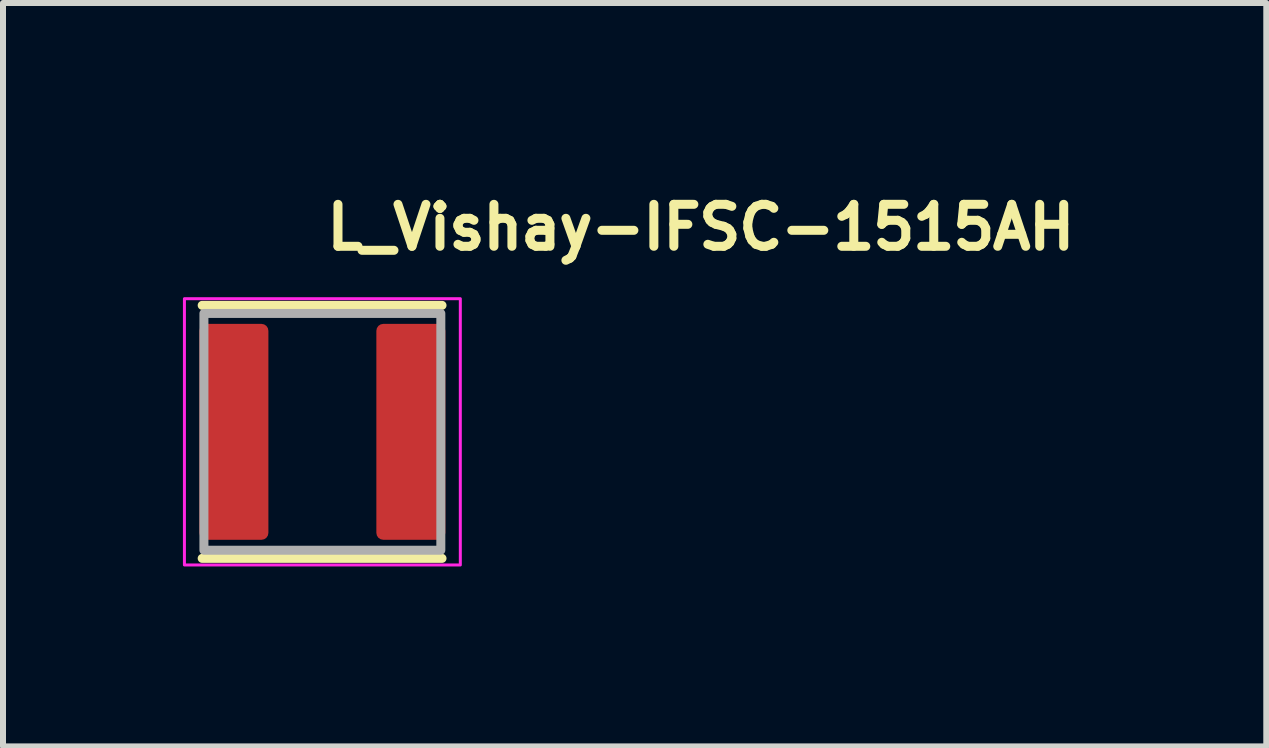
<source format=kicad_pcb>
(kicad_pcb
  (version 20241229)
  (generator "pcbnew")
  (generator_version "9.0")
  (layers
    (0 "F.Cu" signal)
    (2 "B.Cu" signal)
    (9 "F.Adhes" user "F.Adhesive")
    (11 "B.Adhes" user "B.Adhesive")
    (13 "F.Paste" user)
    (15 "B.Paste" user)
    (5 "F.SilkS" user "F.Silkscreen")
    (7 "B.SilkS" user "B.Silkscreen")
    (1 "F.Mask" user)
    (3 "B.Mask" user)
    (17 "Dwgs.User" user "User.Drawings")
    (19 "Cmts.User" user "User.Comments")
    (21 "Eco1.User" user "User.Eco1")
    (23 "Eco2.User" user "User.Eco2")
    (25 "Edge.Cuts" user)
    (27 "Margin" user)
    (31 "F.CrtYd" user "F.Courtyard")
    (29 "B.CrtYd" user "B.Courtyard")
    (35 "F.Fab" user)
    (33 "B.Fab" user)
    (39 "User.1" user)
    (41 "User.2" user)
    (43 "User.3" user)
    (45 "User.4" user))
  (footprint "L_Vishay-IFSC-1515AH"
    (layer "F.Cu")
    (at 2.325 4.15)
    (property "Reference" "L_Vishay-IFSC-1515AH" (at -0.005 -3 0) (layer "F.SilkS") (effects (font (size 0.7 0.7) (thickness 0.15)) (justify left bottom)))
    (attr smd)
    (fp_line (start -2.004 -2.109) (end 1.995 -2.109) (stroke (width 0.15) (type solid)) (layer "F.SilkS"))
    (fp_line (start 1.995 2.11) (end -2.004 2.11) (stroke (width 0.15) (type solid)) (layer "F.SilkS"))
    (fp_rect (start -2.3 -2.22) (end 2.3 2.22) (stroke (width 0.05) (type solid)) (fill no) (layer "F.CrtYd"))
    (fp_rect (start -1.975 -1.974) (end 1.975 1.974) (stroke (width 0.15) (type solid)) (fill no) (layer "F.Fab"))
    (fp_rect (start -1.975 -1.974) (end 1.975 1.974) (stroke (width 0.1) (type solid)) (fill no) (layer "User.5"))
    (fp_line (start -1.975 -1.974) (end -1.975 -1.115) (stroke (width 0.02) (type solid)) (layer "User.9"))
    (fp_line (start -1.975 -1.115) (end -1.975 1.115) (stroke (width 0.02) (type solid)) (layer "User.9"))
    (fp_line (start -1.975 1.115) (end -1.975 1.974) (stroke (width 0.02) (type solid)) (layer "User.9"))
    (fp_line (start -1.975 1.115) (end -1.114 1.974) (stroke (width 0.02) (type solid)) (layer "User.9"))
    (fp_line (start -1.975 1.974) (end -1.669 1.974) (stroke (width 0.02) (type solid)) (layer "User.9"))
    (fp_line (start -1.669 -1.974) (end -1.975 -1.974) (stroke (width 0.02) (type solid)) (layer "User.9"))
    (fp_line (start -1.669 1.974) (end -1.489 1.875) (stroke (width 0.02) (type solid)) (layer "User.9"))
    (fp_line (start -1.489 -1.875) (end -1.669 -1.974) (stroke (width 0.02) (type solid)) (layer "User.9"))
    (fp_line (start -1.489 1.875) (end -1.449 1.875) (stroke (width 0.02) (type solid)) (layer "User.9"))
    (fp_line (start -1.449 1.875) (end -1.449 1.875) (stroke (width 0.02) (type solid)) (layer "User.9"))
    (fp_line (start -1.449 1.875) (end -1.448 1.881) (stroke (width 0.02) (type solid)) (layer "User.9"))
    (fp_line (start -1.448 1.86) (end -1.448 1.862) (stroke (width 0.02) (type solid)) (layer "User.9"))
    (fp_line (start -1.448 1.862) (end -1.448 1.863) (stroke (width 0.02) (type solid)) (layer "User.9"))
    (fp_line (start -1.448 1.863) (end -1.448 1.865) (stroke (width 0.02) (type solid)) (layer "User.9"))
    (fp_line (start -1.448 1.865) (end -1.448 1.868) (stroke (width 0.02) (type solid)) (layer "User.9"))
    (fp_line (start -1.448 1.868) (end -1.448 1.868) (stroke (width 0.02) (type solid)) (layer "User.9"))
    (fp_line (start -1.448 1.868) (end -1.448 1.87) (stroke (width 0.02) (type solid)) (layer "User.9"))
    (fp_line (start -1.448 1.87) (end -1.448 1.873) (stroke (width 0.02) (type solid)) (layer "User.9"))
    (fp_line (start -1.448 1.873) (end -1.449 1.875) (stroke (width 0.02) (type solid)) (layer "User.9"))
    (fp_line (start -1.448 1.881) (end -1.448 1.883) (stroke (width 0.02) (type solid)) (layer "User.9"))
    (fp_line (start -1.448 1.883) (end -1.448 1.887) (stroke (width 0.02) (type solid)) (layer "User.9"))
    (fp_line (start -1.448 1.887) (end -1.446 1.891) (stroke (width 0.02) (type solid)) (layer "User.9"))
    (fp_line (start -1.446 1.857) (end -1.446 1.86) (stroke (width 0.02) (type solid)) (layer "User.9"))
    (fp_line (start -1.446 1.86) (end -1.448 1.86) (stroke (width 0.02) (type solid)) (layer "User.9"))
    (fp_line (start -1.446 1.891) (end -1.445 1.893) (stroke (width 0.02) (type solid)) (layer "User.9"))
    (fp_line (start -1.445 1.852) (end -1.445 1.854) (stroke (width 0.02) (type solid)) (layer "User.9"))
    (fp_line (start -1.445 1.854) (end -1.445 1.855) (stroke (width 0.02) (type solid)) (layer "User.9"))
    (fp_line (start -1.445 1.855) (end -1.446 1.857) (stroke (width 0.02) (type solid)) (layer "User.9"))
    (fp_line (start -1.445 1.893) (end -1.443 1.897) (stroke (width 0.02) (type solid)) (layer "User.9"))
    (fp_line (start -1.443 1.849) (end -1.443 1.852) (stroke (width 0.02) (type solid)) (layer "User.9"))
    (fp_line (start -1.443 1.852) (end -1.445 1.852) (stroke (width 0.02) (type solid)) (layer "User.9"))
    (fp_line (start -1.443 1.897) (end -1.44 1.901) (stroke (width 0.02) (type solid)) (layer "User.9"))
    (fp_line (start -1.442 1.849) (end -1.443 1.849) (stroke (width 0.02) (type solid)) (layer "User.9"))
    (fp_line (start -1.44 1.901) (end -1.439 1.905) (stroke (width 0.02) (type solid)) (layer "User.9"))
    (fp_line (start -1.439 1.905) (end -1.437 1.907) (stroke (width 0.02) (type solid)) (layer "User.9"))
    (fp_line (start -1.437 1.907) (end -1.436 1.907) (stroke (width 0.02) (type solid)) (layer "User.9"))
    (fp_line (start -1.436 1.907) (end -1.434 1.907) (stroke (width 0.02) (type solid)) (layer "User.9"))
    (fp_line (start -1.434 1.907) (end -1.432 1.909) (stroke (width 0.02) (type solid)) (layer "User.9"))
    (fp_line (start -1.432 1.909) (end -1.431 1.913) (stroke (width 0.02) (type solid)) (layer "User.9"))
    (fp_line (start -1.431 1.913) (end -1.429 1.913) (stroke (width 0.02) (type solid)) (layer "User.9"))
    (fp_line (start -1.429 1.913) (end -1.428 1.915) (stroke (width 0.02) (type solid)) (layer "User.9"))
    (fp_line (start -1.429 1.913) (end -1.428 1.915) (stroke (width 0.02) (type solid)) (layer "User.9"))
    (fp_line (start -1.428 1.915) (end -1.425 1.915) (stroke (width 0.02) (type solid)) (layer "User.9"))
    (fp_line (start -1.428 1.915) (end -1.425 1.915) (stroke (width 0.02) (type solid)) (layer "User.9"))
    (fp_line (start -1.425 1.915) (end -1.425 1.918) (stroke (width 0.02) (type solid)) (layer "User.9"))
    (fp_line (start -1.425 1.915) (end -1.423 1.918) (stroke (width 0.02) (type solid)) (layer "User.9"))
    (fp_line (start -1.425 1.918) (end -1.422 1.918) (stroke (width 0.02) (type solid)) (layer "User.9"))
    (fp_line (start -1.423 1.918) (end -1.422 1.918) (stroke (width 0.02) (type solid)) (layer "User.9"))
    (fp_line (start -1.422 1.918) (end -1.42 1.92) (stroke (width 0.02) (type solid)) (layer "User.9"))
    (fp_line (start -1.422 1.918) (end -1.419 1.92) (stroke (width 0.02) (type solid)) (layer "User.9"))
    (fp_line (start -1.42 1.92) (end -1.419 1.92) (stroke (width 0.02) (type solid)) (layer "User.9"))
    (fp_line (start -1.419 1.92) (end -1.417 1.921) (stroke (width 0.02) (type solid)) (layer "User.9"))
    (fp_line (start -1.419 1.92) (end -1.416 1.921) (stroke (width 0.02) (type solid)) (layer "User.9"))
    (fp_line (start -1.417 1.921) (end -1.414 1.921) (stroke (width 0.02) (type solid)) (layer "User.9"))
    (fp_line (start -1.416 1.921) (end -1.414 1.921) (stroke (width 0.02) (type solid)) (layer "User.9"))
    (fp_line (start -1.414 1.921) (end -1.413 1.923) (stroke (width 0.02) (type solid)) (layer "User.9"))
    (fp_line (start -1.414 1.921) (end -1.413 1.923) (stroke (width 0.02) (type solid)) (layer "User.9"))
    (fp_line (start -1.413 1.923) (end -1.413 1.923) (stroke (width 0.02) (type solid)) (layer "User.9"))
    (fp_line (start -1.413 1.923) (end -1.411 1.923) (stroke (width 0.02) (type solid)) (layer "User.9"))
    (fp_line (start -1.413 1.923) (end -1.41 1.923) (stroke (width 0.02) (type solid)) (layer "User.9"))
    (fp_line (start -1.411 1.923) (end -1.408 1.923) (stroke (width 0.02) (type solid)) (layer "User.9"))
    (fp_line (start -1.41 1.923) (end -1.408 1.923) (stroke (width 0.02) (type solid)) (layer "User.9"))
    (fp_line (start -1.408 1.923) (end -1.407 1.923) (stroke (width 0.02) (type solid)) (layer "User.9"))
    (fp_line (start -1.408 1.923) (end -1.405 1.923) (stroke (width 0.02) (type solid)) (layer "User.9"))
    (fp_line (start -1.407 1.923) (end -1.405 1.923) (stroke (width 0.02) (type solid)) (layer "User.9"))
    (fp_line (start -1.405 1.923) (end -1.401 1.923) (stroke (width 0.02) (type solid)) (layer "User.9"))
    (fp_line (start -1.405 1.923) (end -1.401 1.923) (stroke (width 0.02) (type solid)) (layer "User.9"))
    (fp_line (start -1.401 1.923) (end -1.399 1.923) (stroke (width 0.02) (type solid)) (layer "User.9"))
    (fp_line (start -1.401 1.923) (end -1.399 1.924) (stroke (width 0.02) (type solid)) (layer "User.9"))
    (fp_line (start -1.399 1.923) (end -1.399 1.924) (stroke (width 0.02) (type solid)) (layer "User.9"))
    (fp_line (start -1.399 1.924) (end -1.399 1.924) (stroke (width 0.02) (type solid)) (layer "User.9"))
    (fp_line (start -1.399 1.924) (end -1.395 1.923) (stroke (width 0.02) (type solid)) (layer "User.9"))
    (fp_line (start -1.399 1.924) (end -1.395 1.924) (stroke (width 0.02) (type solid)) (layer "User.9"))
    (fp_line (start -1.395 1.923) (end -1.393 1.923) (stroke (width 0.02) (type solid)) (layer "User.9"))
    (fp_line (start -1.395 1.924) (end -1.393 1.924) (stroke (width 0.02) (type solid)) (layer "User.9"))
    (fp_line (start -1.393 1.923) (end -1.391 1.923) (stroke (width 0.02) (type solid)) (layer "User.9"))
    (fp_line (start -1.393 1.924) (end -1.391 1.923) (stroke (width 0.02) (type solid)) (layer "User.9"))
    (fp_line (start -1.391 1.923) (end -1.389 1.923) (stroke (width 0.02) (type solid)) (layer "User.9"))
    (fp_line (start -1.391 1.923) (end -1.389 1.923) (stroke (width 0.02) (type solid)) (layer "User.9"))
    (fp_line (start -1.389 1.923) (end -1.387 1.923) (stroke (width 0.02) (type solid)) (layer "User.9"))
    (fp_line (start -1.389 1.923) (end -1.383 1.921) (stroke (width 0.02) (type solid)) (layer "User.9"))
    (fp_line (start -1.387 1.923) (end -1.385 1.923) (stroke (width 0.02) (type solid)) (layer "User.9"))
    (fp_line (start -1.385 1.923) (end -1.381 1.921) (stroke (width 0.02) (type solid)) (layer "User.9"))
    (fp_line (start -1.383 1.921) (end -1.381 1.921) (stroke (width 0.02) (type solid)) (layer "User.9"))
    (fp_line (start -1.381 1.921) (end -1.381 1.921) (stroke (width 0.02) (type solid)) (layer "User.9"))
    (fp_line (start -1.381 1.921) (end -1.379 1.92) (stroke (width 0.02) (type solid)) (layer "User.9"))
    (fp_line (start -1.381 1.921) (end -1.377 1.918) (stroke (width 0.02) (type solid)) (layer "User.9"))
    (fp_line (start -1.379 1.92) (end -1.375 1.918) (stroke (width 0.02) (type solid)) (layer "User.9"))
    (fp_line (start -1.377 1.918) (end -1.373 1.915) (stroke (width 0.02) (type solid)) (layer "User.9"))
    (fp_line (start -1.375 1.918) (end -1.373 1.918) (stroke (width 0.02) (type solid)) (layer "User.9"))
    (fp_line (start -1.373 1.915) (end -1.37 1.915) (stroke (width 0.02) (type solid)) (layer "User.9"))
    (fp_line (start -1.373 1.918) (end -1.371 1.915) (stroke (width 0.02) (type solid)) (layer "User.9"))
    (fp_line (start -1.371 1.915) (end -1.37 1.915) (stroke (width 0.02) (type solid)) (layer "User.9"))
    (fp_line (start -1.37 1.915) (end -1.367 1.913) (stroke (width 0.02) (type solid)) (layer "User.9"))
    (fp_line (start -1.37 1.915) (end -1.367 1.913) (stroke (width 0.02) (type solid)) (layer "User.9"))
    (fp_line (start -1.367 1.721) (end -1.442 1.849) (stroke (width 0.02) (type solid)) (layer "User.9"))
    (fp_line (start -1.367 1.913) (end -1.365 1.909) (stroke (width 0.02) (type solid)) (layer "User.9"))
    (fp_line (start -1.367 1.913) (end -1.364 1.907) (stroke (width 0.02) (type solid)) (layer "User.9"))
    (fp_line (start -1.365 1.909) (end -1.364 1.907) (stroke (width 0.02) (type solid)) (layer "User.9"))
    (fp_line (start -1.364 1.907) (end -1.362 1.907) (stroke (width 0.02) (type solid)) (layer "User.9"))
    (fp_line (start -1.364 1.907) (end -1.361 1.907) (stroke (width 0.02) (type solid)) (layer "User.9"))
    (fp_line (start -1.362 1.907) (end -1.361 1.905) (stroke (width 0.02) (type solid)) (layer "User.9"))
    (fp_line (start -1.361 1.905) (end -1.358 1.903) (stroke (width 0.02) (type solid)) (layer "User.9"))
    (fp_line (start -1.361 1.907) (end -1.359 1.905) (stroke (width 0.02) (type solid)) (layer "User.9"))
    (fp_line (start -1.359 1.905) (end -1.358 1.901) (stroke (width 0.02) (type solid)) (layer "User.9"))
    (fp_line (start -1.358 1.901) (end -1.356 1.899) (stroke (width 0.02) (type solid)) (layer "User.9"))
    (fp_line (start -1.358 1.901) (end -1.355 1.899) (stroke (width 0.02) (type solid)) (layer "User.9"))
    (fp_line (start -1.358 1.903) (end -1.358 1.901) (stroke (width 0.02) (type solid)) (layer "User.9"))
    (fp_line (start -1.355 1.897) (end -1.353 1.893) (stroke (width 0.02) (type solid)) (layer "User.9"))
    (fp_line (start -1.355 1.899) (end -1.355 1.897) (stroke (width 0.02) (type solid)) (layer "User.9"))
    (fp_line (start -1.353 1.893) (end -1.352 1.891) (stroke (width 0.02) (type solid)) (layer "User.9"))
    (fp_line (start -1.352 1.891) (end -1.352 1.891) (stroke (width 0.02) (type solid)) (layer "User.9"))
    (fp_line (start -1.352 1.891) (end -1.35 1.887) (stroke (width 0.02) (type solid)) (layer "User.9"))
    (fp_line (start -1.35 1.881) (end -1.349 1.877) (stroke (width 0.02) (type solid)) (layer "User.9"))
    (fp_line (start -1.35 1.883) (end -1.35 1.881) (stroke (width 0.02) (type solid)) (layer "User.9"))
    (fp_line (start -1.35 1.885) (end -1.35 1.883) (stroke (width 0.02) (type solid)) (layer "User.9"))
    (fp_line (start -1.35 1.887) (end -1.35 1.885) (stroke (width 0.02) (type solid)) (layer "User.9"))
    (fp_line (start -1.349 1.875) (end -1.35 1.875) (stroke (width 0.02) (type solid)) (layer "User.9"))
    (fp_line (start -1.349 1.877) (end -1.349 1.875) (stroke (width 0.02) (type solid)) (layer "User.9"))
    (fp_line (start -1.341 1.875) (end -1.309 1.875) (stroke (width 0.02) (type solid)) (layer "User.9"))
    (fp_line (start -1.309 -1.875) (end -1.489 -1.875) (stroke (width 0.02) (type solid)) (layer "User.9"))
    (fp_line (start -1.309 1.875) (end -1.129 1.974) (stroke (width 0.02) (type solid)) (layer "User.9"))
    (fp_line (start -1.294 1.795) (end -1.356 1.899) (stroke (width 0.02) (type solid)) (layer "User.9"))
    (fp_line (start -1.129 -1.974) (end -1.309 -1.875) (stroke (width 0.02) (type solid)) (layer "User.9"))
    (fp_line (start -1.129 1.974) (end -1.114 1.974) (stroke (width 0.02) (type solid)) (layer "User.9"))
    (fp_line (start -1.114 -1.974) (end -1.975 -1.115) (stroke (width 0.02) (type solid)) (layer "User.9"))
    (fp_line (start -1.114 -1.974) (end -1.129 -1.974) (stroke (width 0.02) (type solid)) (layer "User.9"))
    (fp_line (start -1.114 1.974) (end 1.115 1.974) (stroke (width 0.02) (type solid)) (layer "User.9"))
    (fp_line (start 1.115 -1.974) (end -1.114 -1.974) (stroke (width 0.02) (type solid)) (layer "User.9"))
    (fp_line (start 1.115 1.974) (end 1.129 1.974) (stroke (width 0.02) (type solid)) (layer "User.9"))
    (fp_line (start 1.115 1.974) (end 1.975 1.115) (stroke (width 0.02) (type solid)) (layer "User.9"))
    (fp_line (start 1.129 -1.974) (end 1.115 -1.974) (stroke (width 0.02) (type solid)) (layer "User.9"))
    (fp_line (start 1.129 1.974) (end 1.309 1.875) (stroke (width 0.02) (type solid)) (layer "User.9"))
    (fp_line (start 1.309 -1.875) (end 1.129 -1.974) (stroke (width 0.02) (type solid)) (layer "User.9"))
    (fp_line (start 1.309 1.875) (end 1.341 1.875) (stroke (width 0.02) (type solid)) (layer "User.9"))
    (fp_line (start 1.356 1.899) (end 1.294 1.795) (stroke (width 0.02) (type solid)) (layer "User.9"))
    (fp_line (start 1.356 1.899) (end 1.356 1.899) (stroke (width 0.02) (type solid)) (layer "User.9"))
    (fp_line (start 1.356 1.899) (end 1.358 1.901) (stroke (width 0.02) (type solid)) (layer "User.9"))
    (fp_line (start 1.356 1.899) (end 1.359 1.901) (stroke (width 0.02) (type solid)) (layer "User.9"))
    (fp_line (start 1.358 1.901) (end 1.359 1.903) (stroke (width 0.02) (type solid)) (layer "User.9"))
    (fp_line (start 1.359 1.901) (end 1.361 1.905) (stroke (width 0.02) (type solid)) (layer "User.9"))
    (fp_line (start 1.359 1.903) (end 1.359 1.905) (stroke (width 0.02) (type solid)) (layer "User.9"))
    (fp_line (start 1.359 1.905) (end 1.361 1.907) (stroke (width 0.02) (type solid)) (layer "User.9"))
    (fp_line (start 1.361 1.905) (end 1.362 1.907) (stroke (width 0.02) (type solid)) (layer "User.9"))
    (fp_line (start 1.361 1.907) (end 1.362 1.907) (stroke (width 0.02) (type solid)) (layer "User.9"))
    (fp_line (start 1.362 1.907) (end 1.362 1.907) (stroke (width 0.02) (type solid)) (layer "User.9"))
    (fp_line (start 1.362 1.907) (end 1.365 1.907) (stroke (width 0.02) (type solid)) (layer "User.9"))
    (fp_line (start 1.362 1.907) (end 1.365 1.909) (stroke (width 0.02) (type solid)) (layer "User.9"))
    (fp_line (start 1.365 1.907) (end 1.365 1.909) (stroke (width 0.02) (type solid)) (layer "User.9"))
    (fp_line (start 1.365 1.909) (end 1.367 1.913) (stroke (width 0.02) (type solid)) (layer "User.9"))
    (fp_line (start 1.365 1.909) (end 1.367 1.913) (stroke (width 0.02) (type solid)) (layer "User.9"))
    (fp_line (start 1.367 1.913) (end 1.368 1.913) (stroke (width 0.02) (type solid)) (layer "User.9"))
    (fp_line (start 1.367 1.913) (end 1.37 1.915) (stroke (width 0.02) (type solid)) (layer "User.9"))
    (fp_line (start 1.368 1.913) (end 1.37 1.915) (stroke (width 0.02) (type solid)) (layer "User.9"))
    (fp_line (start 1.37 1.915) (end 1.371 1.915) (stroke (width 0.02) (type solid)) (layer "User.9"))
    (fp_line (start 1.37 1.915) (end 1.373 1.915) (stroke (width 0.02) (type solid)) (layer "User.9"))
    (fp_line (start 1.371 1.915) (end 1.373 1.915) (stroke (width 0.02) (type solid)) (layer "User.9"))
    (fp_line (start 1.373 1.915) (end 1.375 1.918) (stroke (width 0.02) (type solid)) (layer "User.9"))
    (fp_line (start 1.373 1.915) (end 1.375 1.918) (stroke (width 0.02) (type solid)) (layer "User.9"))
    (fp_line (start 1.375 1.918) (end 1.377 1.918) (stroke (width 0.02) (type solid)) (layer "User.9"))
    (fp_line (start 1.375 1.918) (end 1.377 1.92) (stroke (width 0.02) (type solid)) (layer "User.9"))
    (fp_line (start 1.377 1.918) (end 1.379 1.92) (stroke (width 0.02) (type solid)) (layer "User.9"))
    (fp_line (start 1.377 1.92) (end 1.381 1.921) (stroke (width 0.02) (type solid)) (layer "User.9"))
    (fp_line (start 1.379 1.92) (end 1.381 1.921) (stroke (width 0.02) (type solid)) (layer "User.9"))
    (fp_line (start 1.381 1.921) (end 1.381 1.921) (stroke (width 0.02) (type solid)) (layer "User.9"))
    (fp_line (start 1.381 1.921) (end 1.381 1.921) (stroke (width 0.02) (type solid)) (layer "User.9"))
    (fp_line (start 1.381 1.921) (end 1.383 1.921) (stroke (width 0.02) (type solid)) (layer "User.9"))
    (fp_line (start 1.381 1.921) (end 1.385 1.921) (stroke (width 0.02) (type solid)) (layer "User.9"))
    (fp_line (start 1.383 1.921) (end 1.387 1.923) (stroke (width 0.02) (type solid)) (layer "User.9"))
    (fp_line (start 1.385 1.921) (end 1.387 1.923) (stroke (width 0.02) (type solid)) (layer "User.9"))
    (fp_line (start 1.387 1.923) (end 1.389 1.923) (stroke (width 0.02) (type solid)) (layer "User.9"))
    (fp_line (start 1.387 1.923) (end 1.389 1.923) (stroke (width 0.02) (type solid)) (layer "User.9"))
    (fp_line (start 1.389 1.923) (end 1.391 1.923) (stroke (width 0.02) (type solid)) (layer "User.9"))
    (fp_line (start 1.389 1.923) (end 1.393 1.923) (stroke (width 0.02) (type solid)) (layer "User.9"))
    (fp_line (start 1.391 1.923) (end 1.393 1.923) (stroke (width 0.02) (type solid)) (layer "User.9"))
    (fp_line (start 1.393 1.923) (end 1.395 1.923) (stroke (width 0.02) (type solid)) (layer "User.9"))
    (fp_line (start 1.393 1.923) (end 1.395 1.923) (stroke (width 0.02) (type solid)) (layer "User.9"))
    (fp_line (start 1.395 1.923) (end 1.399 1.924) (stroke (width 0.02) (type solid)) (layer "User.9"))
    (fp_line (start 1.395 1.923) (end 1.399 1.924) (stroke (width 0.02) (type solid)) (layer "User.9"))
    (fp_line (start 1.399 1.923) (end 1.401 1.923) (stroke (width 0.02) (type solid)) (layer "User.9"))
    (fp_line (start 1.399 1.924) (end 1.399 1.923) (stroke (width 0.02) (type solid)) (layer "User.9"))
    (fp_line (start 1.399 1.924) (end 1.399 1.924) (stroke (width 0.02) (type solid)) (layer "User.9"))
    (fp_line (start 1.399 1.924) (end 1.401 1.923) (stroke (width 0.02) (type solid)) (layer "User.9"))
    (fp_line (start 1.401 1.923) (end 1.405 1.923) (stroke (width 0.02) (type solid)) (layer "User.9"))
    (fp_line (start 1.401 1.923) (end 1.405 1.923) (stroke (width 0.02) (type solid)) (layer "User.9"))
    (fp_line (start 1.405 1.923) (end 1.407 1.923) (stroke (width 0.02) (type solid)) (layer "User.9"))
    (fp_line (start 1.405 1.923) (end 1.408 1.923) (stroke (width 0.02) (type solid)) (layer "User.9"))
    (fp_line (start 1.407 1.923) (end 1.408 1.923) (stroke (width 0.02) (type solid)) (layer "User.9"))
    (fp_line (start 1.408 1.923) (end 1.41 1.923) (stroke (width 0.02) (type solid)) (layer "User.9"))
    (fp_line (start 1.408 1.923) (end 1.411 1.923) (stroke (width 0.02) (type solid)) (layer "User.9"))
    (fp_line (start 1.41 1.923) (end 1.413 1.923) (stroke (width 0.02) (type solid)) (layer "User.9"))
    (fp_line (start 1.411 1.923) (end 1.413 1.923) (stroke (width 0.02) (type solid)) (layer "User.9"))
    (fp_line (start 1.413 1.923) (end 1.413 1.923) (stroke (width 0.02) (type solid)) (layer "User.9"))
    (fp_line (start 1.413 1.923) (end 1.414 1.921) (stroke (width 0.02) (type solid)) (layer "User.9"))
    (fp_line (start 1.413 1.923) (end 1.414 1.921) (stroke (width 0.02) (type solid)) (layer "User.9"))
    (fp_line (start 1.414 1.921) (end 1.417 1.921) (stroke (width 0.02) (type solid)) (layer "User.9"))
    (fp_line (start 1.414 1.921) (end 1.417 1.921) (stroke (width 0.02) (type solid)) (layer "User.9"))
    (fp_line (start 1.417 1.921) (end 1.419 1.92) (stroke (width 0.02) (type solid)) (layer "User.9"))
    (fp_line (start 1.417 1.921) (end 1.42 1.92) (stroke (width 0.02) (type solid)) (layer "User.9"))
    (fp_line (start 1.419 1.92) (end 1.42 1.92) (stroke (width 0.02) (type solid)) (layer "User.9"))
    (fp_line (start 1.42 1.92) (end 1.422 1.918) (stroke (width 0.02) (type solid)) (layer "User.9"))
    (fp_line (start 1.42 1.92) (end 1.423 1.918) (stroke (width 0.02) (type solid)) (layer "User.9"))
    (fp_line (start 1.422 1.918) (end 1.423 1.918) (stroke (width 0.02) (type solid)) (layer "User.9"))
    (fp_line (start 1.423 1.918) (end 1.425 1.918) (stroke (width 0.02) (type solid)) (layer "User.9"))
    (fp_line (start 1.423 1.918) (end 1.426 1.915) (stroke (width 0.02) (type solid)) (layer "User.9"))
    (fp_line (start 1.425 1.918) (end 1.426 1.915) (stroke (width 0.02) (type solid)) (layer "User.9"))
    (fp_line (start 1.426 1.915) (end 1.428 1.915) (stroke (width 0.02) (type solid)) (layer "User.9"))
    (fp_line (start 1.426 1.915) (end 1.428 1.915) (stroke (width 0.02) (type solid)) (layer "User.9"))
    (fp_line (start 1.428 1.915) (end 1.429 1.913) (stroke (width 0.02) (type solid)) (layer "User.9"))
    (fp_line (start 1.428 1.915) (end 1.429 1.913) (stroke (width 0.02) (type solid)) (layer "User.9"))
    (fp_line (start 1.429 1.913) (end 1.431 1.913) (stroke (width 0.02) (type solid)) (layer "User.9"))
    (fp_line (start 1.431 1.913) (end 1.432 1.909) (stroke (width 0.02) (type solid)) (layer "User.9"))
    (fp_line (start 1.432 1.909) (end 1.434 1.907) (stroke (width 0.02) (type solid)) (layer "User.9"))
    (fp_line (start 1.434 1.907) (end 1.436 1.907) (stroke (width 0.02) (type solid)) (layer "User.9"))
    (fp_line (start 1.436 1.907) (end 1.437 1.907) (stroke (width 0.02) (type solid)) (layer "User.9"))
    (fp_line (start 1.437 1.907) (end 1.439 1.905) (stroke (width 0.02) (type solid)) (layer "User.9"))
    (fp_line (start 1.439 1.905) (end 1.44 1.901) (stroke (width 0.02) (type solid)) (layer "User.9"))
    (fp_line (start 1.44 1.901) (end 1.44 1.901) (stroke (width 0.02) (type solid)) (layer "User.9"))
    (fp_line (start 1.44 1.901) (end 1.442 1.899) (stroke (width 0.02) (type solid)) (layer "User.9"))
    (fp_line (start 1.442 1.849) (end 1.367 1.721) (stroke (width 0.02) (type solid)) (layer "User.9"))
    (fp_line (start 1.442 1.899) (end 1.443 1.897) (stroke (width 0.02) (type solid)) (layer "User.9"))
    (fp_line (start 1.443 1.849) (end 1.442 1.849) (stroke (width 0.02) (type solid)) (layer "User.9"))
    (fp_line (start 1.443 1.852) (end 1.443 1.849) (stroke (width 0.02) (type solid)) (layer "User.9"))
    (fp_line (start 1.443 1.897) (end 1.445 1.893) (stroke (width 0.02) (type solid)) (layer "User.9"))
    (fp_line (start 1.445 1.852) (end 1.443 1.852) (stroke (width 0.02) (type solid)) (layer "User.9"))
    (fp_line (start 1.445 1.854) (end 1.445 1.852) (stroke (width 0.02) (type solid)) (layer "User.9"))
    (fp_line (start 1.445 1.893) (end 1.446 1.891) (stroke (width 0.02) (type solid)) (layer "User.9"))
    (fp_line (start 1.446 1.855) (end 1.445 1.854) (stroke (width 0.02) (type solid)) (layer "User.9"))
    (fp_line (start 1.446 1.857) (end 1.446 1.855) (stroke (width 0.02) (type solid)) (layer "User.9"))
    (fp_line (start 1.446 1.86) (end 1.446 1.857) (stroke (width 0.02) (type solid)) (layer "User.9"))
    (fp_line (start 1.446 1.891) (end 1.448 1.887) (stroke (width 0.02) (type solid)) (layer "User.9"))
    (fp_line (start 1.448 1.86) (end 1.446 1.86) (stroke (width 0.02) (type solid)) (layer "User.9"))
    (fp_line (start 1.448 1.862) (end 1.448 1.86) (stroke (width 0.02) (type solid)) (layer "User.9"))
    (fp_line (start 1.448 1.863) (end 1.448 1.862) (stroke (width 0.02) (type solid)) (layer "User.9"))
    (fp_line (start 1.448 1.887) (end 1.449 1.883) (stroke (width 0.02) (type solid)) (layer "User.9"))
    (fp_line (start 1.449 1.865) (end 1.448 1.863) (stroke (width 0.02) (type solid)) (layer "User.9"))
    (fp_line (start 1.449 1.868) (end 1.449 1.865) (stroke (width 0.02) (type solid)) (layer "User.9"))
    (fp_line (start 1.449 1.868) (end 1.449 1.868) (stroke (width 0.02) (type solid)) (layer "User.9"))
    (fp_line (start 1.449 1.87) (end 1.449 1.868) (stroke (width 0.02) (type solid)) (layer "User.9"))
    (fp_line (start 1.449 1.873) (end 1.449 1.87) (stroke (width 0.02) (type solid)) (layer "User.9"))
    (fp_line (start 1.449 1.875) (end 1.449 1.873) (stroke (width 0.02) (type solid)) (layer "User.9"))
    (fp_line (start 1.449 1.875) (end 1.449 1.875) (stroke (width 0.02) (type solid)) (layer "User.9"))
    (fp_line (start 1.449 1.875) (end 1.449 1.875) (stroke (width 0.02) (type solid)) (layer "User.9"))
    (fp_line (start 1.449 1.875) (end 1.49 1.875) (stroke (width 0.02) (type solid)) (layer "User.9"))
    (fp_line (start 1.449 1.881) (end 1.449 1.875) (stroke (width 0.02) (type solid)) (layer "User.9"))
    (fp_line (start 1.449 1.883) (end 1.449 1.881) (stroke (width 0.02) (type solid)) (layer "User.9"))
    (fp_line (start 1.49 -1.875) (end 1.309 -1.875) (stroke (width 0.02) (type solid)) (layer "User.9"))
    (fp_line (start 1.49 1.875) (end 1.67 1.974) (stroke (width 0.02) (type solid)) (layer "User.9"))
    (fp_line (start 1.67 -1.974) (end 1.49 -1.875) (stroke (width 0.02) (type solid)) (layer "User.9"))
    (fp_line (start 1.67 1.974) (end 1.975 1.974) (stroke (width 0.02) (type solid)) (layer "User.9"))
    (fp_line (start 1.975 -1.974) (end 1.67 -1.974) (stroke (width 0.02) (type solid)) (layer "User.9"))
    (fp_line (start 1.975 -1.115) (end 1.115 -1.974) (stroke (width 0.02) (type solid)) (layer "User.9"))
    (fp_line (start 1.975 -1.115) (end 1.975 -1.974) (stroke (width 0.02) (type solid)) (layer "User.9"))
    (fp_line (start 1.975 1.115) (end 1.975 -1.115) (stroke (width 0.02) (type solid)) (layer "User.9"))
    (fp_line (start 1.975 1.974) (end 1.975 1.115) (stroke (width 0.02) (type solid)) (layer "User.9"))
    (pad "1" smd roundrect (at -1.475 0) (size 1.15 3.6) (layers "F.Cu" "F.Mask" "F.Paste") (roundrect_rratio 0.1))
    (pad "2" smd roundrect (at 1.475 0) (size 1.15 3.6) (layers "F.Cu" "F.Mask" "F.Paste") (roundrect_rratio 0.1)))
  (gr_rect
    (start -3 -3)
    (end 18.063 9.395)
    (stroke (width 0.1) (type default))
    (fill no)
    (layer "Edge.Cuts")))
</source>
